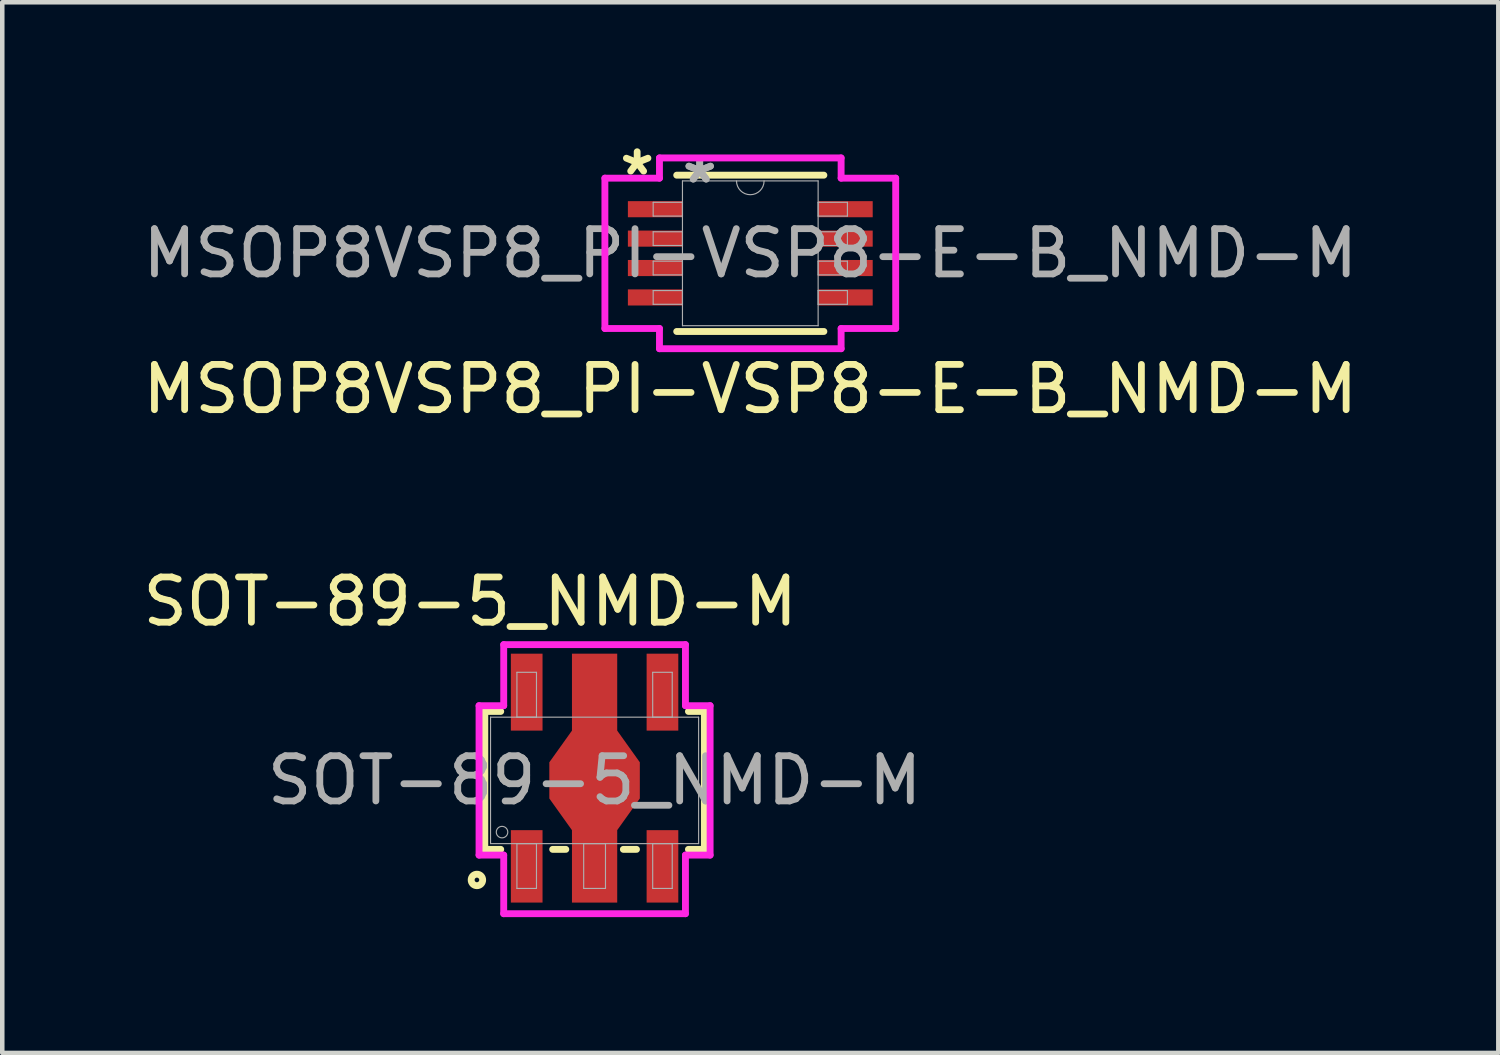
<source format=kicad_pcb>
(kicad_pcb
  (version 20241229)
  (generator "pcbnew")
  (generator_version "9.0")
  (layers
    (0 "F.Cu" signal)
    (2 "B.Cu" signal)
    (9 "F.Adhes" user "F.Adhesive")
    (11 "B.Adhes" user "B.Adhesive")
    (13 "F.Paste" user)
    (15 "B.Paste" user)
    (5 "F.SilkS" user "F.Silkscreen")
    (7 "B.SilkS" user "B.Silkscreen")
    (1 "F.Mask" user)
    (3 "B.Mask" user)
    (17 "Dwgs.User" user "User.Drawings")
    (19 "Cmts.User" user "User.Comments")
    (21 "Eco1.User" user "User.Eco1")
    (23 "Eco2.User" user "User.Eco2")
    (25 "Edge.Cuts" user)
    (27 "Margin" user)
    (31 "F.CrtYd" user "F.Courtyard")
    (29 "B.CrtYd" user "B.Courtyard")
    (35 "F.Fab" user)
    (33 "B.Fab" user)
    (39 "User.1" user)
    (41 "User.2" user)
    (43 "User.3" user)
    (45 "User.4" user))
  (footprint "SOT-89-5_NMD-M"
    (layer "F.Cu")
    (at 10.089 14.195)
    (property "Reference" "SOT-89-5_NMD-M" (at -2.75 -3.95 0) (unlocked yes) (layer "F.SilkS") (effects (font (size 1 1) (thickness 0.15))))
    (attr smd)
    (fp_line (start -2.426 -1.524) (end -2.426 1.524) (stroke (width 0.152) (type solid)) (layer "F.SilkS"))
    (fp_line (start -2.426 1.524) (end -2.074 1.524) (stroke (width 0.152) (type solid)) (layer "F.SilkS"))
    (fp_line (start -2.074 -1.524) (end -2.426 -1.524) (stroke (width 0.152) (type solid)) (layer "F.SilkS"))
    (fp_line (start -0.926 1.524) (end -0.636 1.524) (stroke (width 0.152) (type solid)) (layer "F.SilkS"))
    (fp_line (start 0.636 1.524) (end 0.926 1.524) (stroke (width 0.152) (type solid)) (layer "F.SilkS"))
    (fp_line (start 2.074 1.524) (end 2.426 1.524) (stroke (width 0.152) (type solid)) (layer "F.SilkS"))
    (fp_line (start 2.426 -1.524) (end 2.074 -1.524) (stroke (width 0.152) (type solid)) (layer "F.SilkS"))
    (fp_line (start 2.426 1.524) (end 2.426 -1.524) (stroke (width 0.152) (type solid)) (layer "F.SilkS"))
    (fp_circle (center -2.6 2.2) (end -2.473 2.2) (stroke (width 0.152) (type solid)) (fill no) (layer "F.SilkS"))
    (fp_line (start -2.553 -1.651) (end -2.008 -1.651) (stroke (width 0.152) (type solid)) (layer "F.CrtYd"))
    (fp_line (start -2.553 1.651) (end -2.553 -1.651) (stroke (width 0.152) (type solid)) (layer "F.CrtYd"))
    (fp_line (start -2.008 -3) (end 2.008 -3) (stroke (width 0.152) (type solid)) (layer "F.CrtYd"))
    (fp_line (start -2.008 -1.651) (end -2.008 -3) (stroke (width 0.152) (type solid)) (layer "F.CrtYd"))
    (fp_line (start -2.008 1.651) (end -2.553 1.651) (stroke (width 0.152) (type solid)) (layer "F.CrtYd"))
    (fp_line (start -2.008 2.946) (end -2.008 1.651) (stroke (width 0.152) (type solid)) (layer "F.CrtYd"))
    (fp_line (start 2.008 -3) (end 2.008 -1.651) (stroke (width 0.152) (type solid)) (layer "F.CrtYd"))
    (fp_line (start 2.008 -1.651) (end 2.553 -1.651) (stroke (width 0.152) (type solid)) (layer "F.CrtYd"))
    (fp_line (start 2.008 1.651) (end 2.008 2.946) (stroke (width 0.152) (type solid)) (layer "F.CrtYd"))
    (fp_line (start 2.008 2.946) (end -2.008 2.946) (stroke (width 0.152) (type solid)) (layer "F.CrtYd"))
    (fp_line (start 2.553 -1.651) (end 2.553 1.651) (stroke (width 0.152) (type solid)) (layer "F.CrtYd"))
    (fp_line (start 2.553 1.651) (end 2.008 1.651) (stroke (width 0.152) (type solid)) (layer "F.CrtYd"))
    (fp_line (start -2.299 -1.397) (end -2.299 1.397) (stroke (width 0.025) (type solid)) (layer "F.Fab"))
    (fp_line (start -2.299 1.397) (end 2.299 1.397) (stroke (width 0.025) (type solid)) (layer "F.Fab"))
    (fp_line (start -1.716 -2.388) (end -1.716 -1.397) (stroke (width 0.025) (type solid)) (layer "F.Fab"))
    (fp_line (start -1.716 -1.397) (end -1.284 -1.397) (stroke (width 0.025) (type solid)) (layer "F.Fab"))
    (fp_line (start -1.716 1.397) (end -1.716 2.388) (stroke (width 0.025) (type solid)) (layer "F.Fab"))
    (fp_line (start -1.716 2.388) (end -1.284 2.388) (stroke (width 0.025) (type solid)) (layer "F.Fab"))
    (fp_line (start -1.284 -2.388) (end -1.716 -2.388) (stroke (width 0.025) (type solid)) (layer "F.Fab"))
    (fp_line (start -1.284 -1.397) (end -1.284 -2.388) (stroke (width 0.025) (type solid)) (layer "F.Fab"))
    (fp_line (start -1.284 1.397) (end -1.716 1.397) (stroke (width 0.025) (type solid)) (layer "F.Fab"))
    (fp_line (start -1.284 2.388) (end -1.284 1.397) (stroke (width 0.025) (type solid)) (layer "F.Fab"))
    (fp_line (start -0.241 1.397) (end -0.241 2.388) (stroke (width 0.025) (type solid)) (layer "F.Fab"))
    (fp_line (start -0.241 2.388) (end 0.241 2.388) (stroke (width 0.025) (type solid)) (layer "F.Fab"))
    (fp_line (start 0.241 1.397) (end -0.241 1.397) (stroke (width 0.025) (type solid)) (layer "F.Fab"))
    (fp_line (start 0.241 2.388) (end 0.241 1.397) (stroke (width 0.025) (type solid)) (layer "F.Fab"))
    (fp_line (start 1.284 -2.388) (end 1.284 -1.397) (stroke (width 0.025) (type solid)) (layer "F.Fab"))
    (fp_line (start 1.284 -1.397) (end 1.716 -1.397) (stroke (width 0.025) (type solid)) (layer "F.Fab"))
    (fp_line (start 1.284 1.397) (end 1.284 2.388) (stroke (width 0.025) (type solid)) (layer "F.Fab"))
    (fp_line (start 1.284 2.388) (end 1.716 2.388) (stroke (width 0.025) (type solid)) (layer "F.Fab"))
    (fp_line (start 1.716 -2.388) (end 1.284 -2.388) (stroke (width 0.025) (type solid)) (layer "F.Fab"))
    (fp_line (start 1.716 -1.397) (end 1.716 -2.388) (stroke (width 0.025) (type solid)) (layer "F.Fab"))
    (fp_line (start 1.716 1.397) (end 1.284 1.397) (stroke (width 0.025) (type solid)) (layer "F.Fab"))
    (fp_line (start 1.716 2.388) (end 1.716 1.397) (stroke (width 0.025) (type solid)) (layer "F.Fab"))
    (fp_line (start 2.299 -1.397) (end -2.299 -1.397) (stroke (width 0.025) (type solid)) (layer "F.Fab"))
    (fp_line (start 2.299 1.397) (end 2.299 -1.397) (stroke (width 0.025) (type solid)) (layer "F.Fab"))
    (fp_circle (center -2.045 1.143) (end -1.918 1.143) (stroke (width 0.025) (type solid)) (fill no) (layer "F.Fab"))
    (fp_text user "${REFERENCE}" (at 0 0 0) (unlocked yes) (layer "F.Fab") (effects (font (size 1 1) (thickness 0.15))))
    (pad "1" smd rect (at -1.5 1.9) (size 0.7 1.6) (layers "F.Cu" "F.Mask" "F.Paste"))
    (pad "2" smd custom (at 0 -0.05) (size 1 5.5) (layers "F.Cu" "F.Mask" "F.Paste") (options (anchor rect)) (primitives (gr_poly (pts (xy -0.5 -1.05) (xy 0.5 -1.05) (xy 1 -0.35) (xy 1 0.45) (xy 0.5 1.15) (xy -0.5 1.15) (xy -1 0.45) (xy -1 -0.35)) (width 0) (fill yes))))
    (pad "3" smd rect (at 1.5 1.9) (size 0.7 1.6) (layers "F.Cu" "F.Mask" "F.Paste"))
    (pad "4" smd rect (at 1.5 -1.95) (size 0.7 1.7) (layers "F.Cu" "F.Mask" "F.Paste"))
    (pad "5" smd rect (at -1.5 -1.95) (size 0.7 1.7) (layers "F.Cu" "F.Mask" "F.Paste")))
  (footprint "MSOP8VSP8_PI-VSP8-E-B_NMD-M"
    (layer "F.Cu")
    (at 13.53 2.548)
    (property "Reference" "MSOP8VSP8_PI-VSP8-E-B_NMD-M" (at 0 3 0) (unlocked yes) (layer "F.SilkS") (effects (font (size 1 1) (thickness 0.15))))
    (attr smd allow_soldermask_bridges)
    (fp_line (start -1.626 1.727) (end 1.626 1.727) (stroke (width 0.152) (type solid)) (layer "F.SilkS"))
    (fp_line (start 1.626 -1.727) (end -1.626 -1.727) (stroke (width 0.152) (type solid)) (layer "F.SilkS"))
    (fp_line (start -3.213 -1.661) (end -2.007 -1.661) (stroke (width 0.152) (type solid)) (layer "F.CrtYd"))
    (fp_line (start -3.213 1.661) (end -3.213 -1.661) (stroke (width 0.152) (type solid)) (layer "F.CrtYd"))
    (fp_line (start -3.213 1.661) (end -2.007 1.661) (stroke (width 0.152) (type solid)) (layer "F.CrtYd"))
    (fp_line (start -2.007 -2.108) (end 2.007 -2.108) (stroke (width 0.152) (type solid)) (layer "F.CrtYd"))
    (fp_line (start -2.007 -1.661) (end -2.007 -2.108) (stroke (width 0.152) (type solid)) (layer "F.CrtYd"))
    (fp_line (start -2.007 2.108) (end -2.007 1.661) (stroke (width 0.152) (type solid)) (layer "F.CrtYd"))
    (fp_line (start 2.007 -2.108) (end 2.007 -1.661) (stroke (width 0.152) (type solid)) (layer "F.CrtYd"))
    (fp_line (start 2.007 1.661) (end 2.007 2.108) (stroke (width 0.152) (type solid)) (layer "F.CrtYd"))
    (fp_line (start 2.007 2.108) (end -2.007 2.108) (stroke (width 0.152) (type solid)) (layer "F.CrtYd"))
    (fp_line (start 3.213 -1.661) (end 2.007 -1.661) (stroke (width 0.152) (type solid)) (layer "F.CrtYd"))
    (fp_line (start 3.213 -1.661) (end 3.213 1.661) (stroke (width 0.152) (type solid)) (layer "F.CrtYd"))
    (fp_line (start 3.213 1.661) (end 2.007 1.661) (stroke (width 0.152) (type solid)) (layer "F.CrtYd"))
    (fp_line (start -2.146 -1.127) (end -2.146 -0.823) (stroke (width 0.025) (type solid)) (layer "F.Fab"))
    (fp_line (start -2.146 -0.823) (end -1.499 -0.823) (stroke (width 0.025) (type solid)) (layer "F.Fab"))
    (fp_line (start -2.146 -0.477) (end -2.146 -0.173) (stroke (width 0.025) (type solid)) (layer "F.Fab"))
    (fp_line (start -2.146 -0.173) (end -1.499 -0.173) (stroke (width 0.025) (type solid)) (layer "F.Fab"))
    (fp_line (start -2.146 0.173) (end -2.146 0.477) (stroke (width 0.025) (type solid)) (layer "F.Fab"))
    (fp_line (start -2.146 0.477) (end -1.499 0.477) (stroke (width 0.025) (type solid)) (layer "F.Fab"))
    (fp_line (start -2.146 0.823) (end -2.146 1.127) (stroke (width 0.025) (type solid)) (layer "F.Fab"))
    (fp_line (start -2.146 1.127) (end -1.499 1.127) (stroke (width 0.025) (type solid)) (layer "F.Fab"))
    (fp_line (start -1.499 -1.6) (end -1.499 1.6) (stroke (width 0.025) (type solid)) (layer "F.Fab"))
    (fp_line (start -1.499 -1.127) (end -2.146 -1.127) (stroke (width 0.025) (type solid)) (layer "F.Fab"))
    (fp_line (start -1.499 -0.823) (end -1.499 -1.127) (stroke (width 0.025) (type solid)) (layer "F.Fab"))
    (fp_line (start -1.499 -0.477) (end -2.146 -0.477) (stroke (width 0.025) (type solid)) (layer "F.Fab"))
    (fp_line (start -1.499 -0.173) (end -1.499 -0.477) (stroke (width 0.025) (type solid)) (layer "F.Fab"))
    (fp_line (start -1.499 0.173) (end -2.146 0.173) (stroke (width 0.025) (type solid)) (layer "F.Fab"))
    (fp_line (start -1.499 0.477) (end -1.499 0.173) (stroke (width 0.025) (type solid)) (layer "F.Fab"))
    (fp_line (start -1.499 0.823) (end -2.146 0.823) (stroke (width 0.025) (type solid)) (layer "F.Fab"))
    (fp_line (start -1.499 1.127) (end -1.499 0.823) (stroke (width 0.025) (type solid)) (layer "F.Fab"))
    (fp_line (start -1.499 1.6) (end 1.499 1.6) (stroke (width 0.025) (type solid)) (layer "F.Fab"))
    (fp_line (start 1.499 -1.6) (end -1.499 -1.6) (stroke (width 0.025) (type solid)) (layer "F.Fab"))
    (fp_line (start 1.499 -1.127) (end 1.499 -0.823) (stroke (width 0.025) (type solid)) (layer "F.Fab"))
    (fp_line (start 1.499 -0.823) (end 2.146 -0.823) (stroke (width 0.025) (type solid)) (layer "F.Fab"))
    (fp_line (start 1.499 -0.477) (end 1.499 -0.173) (stroke (width 0.025) (type solid)) (layer "F.Fab"))
    (fp_line (start 1.499 -0.173) (end 2.146 -0.173) (stroke (width 0.025) (type solid)) (layer "F.Fab"))
    (fp_line (start 1.499 0.173) (end 1.499 0.477) (stroke (width 0.025) (type solid)) (layer "F.Fab"))
    (fp_line (start 1.499 0.477) (end 2.146 0.477) (stroke (width 0.025) (type solid)) (layer "F.Fab"))
    (fp_line (start 1.499 0.823) (end 1.499 1.127) (stroke (width 0.025) (type solid)) (layer "F.Fab"))
    (fp_line (start 1.499 1.127) (end 2.146 1.127) (stroke (width 0.025) (type solid)) (layer "F.Fab"))
    (fp_line (start 1.499 1.6) (end 1.499 -1.6) (stroke (width 0.025) (type solid)) (layer "F.Fab"))
    (fp_line (start 2.146 -1.127) (end 1.499 -1.127) (stroke (width 0.025) (type solid)) (layer "F.Fab"))
    (fp_line (start 2.146 -0.823) (end 2.146 -1.127) (stroke (width 0.025) (type solid)) (layer "F.Fab"))
    (fp_line (start 2.146 -0.477) (end 1.499 -0.477) (stroke (width 0.025) (type solid)) (layer "F.Fab"))
    (fp_line (start 2.146 -0.173) (end 2.146 -0.477) (stroke (width 0.025) (type solid)) (layer "F.Fab"))
    (fp_line (start 2.146 0.173) (end 1.499 0.173) (stroke (width 0.025) (type solid)) (layer "F.Fab"))
    (fp_line (start 2.146 0.477) (end 2.146 0.173) (stroke (width 0.025) (type solid)) (layer "F.Fab"))
    (fp_line (start 2.146 0.823) (end 1.499 0.823) (stroke (width 0.025) (type solid)) (layer "F.Fab"))
    (fp_line (start 2.146 1.127) (end 2.146 0.823) (stroke (width 0.025) (type solid)) (layer "F.Fab"))
    (fp_arc (start 0.3048 -1.6002) (mid 0 -1.2954) (end -0.3048 -1.6002) (stroke (width 0.0254) (type solid)) (layer "F.Fab"))
    (fp_text user "*" (at -2.5 -1.7 0) (layer "F.SilkS") (effects (font (size 1 1) (thickness 0.15))))
    (fp_text user "*" (at -1.118 -1.524 0) (layer "F.Fab") (effects (font (size 1 1) (thickness 0.15))))
    (fp_text user "${REFERENCE}" (at 0 0 0) (unlocked yes) (layer "F.Fab") (effects (font (size 1 1) (thickness 0.15))))
    (fp_text user "*" (at -1.118 -1.524 0) (unlocked yes) (layer "F.Fab") (effects (font (size 1 1) (thickness 0.15))))
    (pad "1" smd rect (at -2.102 -0.975) (size 1.206 0.356) (layers "F.Cu" "F.Mask" "F.Paste"))
    (pad "2" smd rect (at -2.102 -0.325) (size 1.206 0.356) (layers "F.Cu" "F.Mask" "F.Paste"))
    (pad "3" smd rect (at -2.102 0.325) (size 1.206 0.356) (layers "F.Cu" "F.Mask" "F.Paste"))
    (pad "4" smd rect (at -2.102 0.975) (size 1.206 0.356) (layers "F.Cu" "F.Mask" "F.Paste"))
    (pad "5" smd rect (at 2.102 0.975) (size 1.206 0.356) (layers "F.Cu" "F.Mask" "F.Paste"))
    (pad "6" smd rect (at 2.102 0.325) (size 1.206 0.356) (layers "F.Cu" "F.Mask" "F.Paste"))
    (pad "7" smd rect (at 2.102 -0.325) (size 1.206 0.356) (layers "F.Cu" "F.Mask" "F.Paste"))
    (pad "8" smd rect (at 2.102 -0.975) (size 1.206 0.356) (layers "F.Cu" "F.Mask" "F.Paste")))
  (gr_rect
    (start -3 -3)
    (end 30.06 20.217)
    (stroke (width 0.1) (type default))
    (fill no)
    (layer "Edge.Cuts")))
</source>
